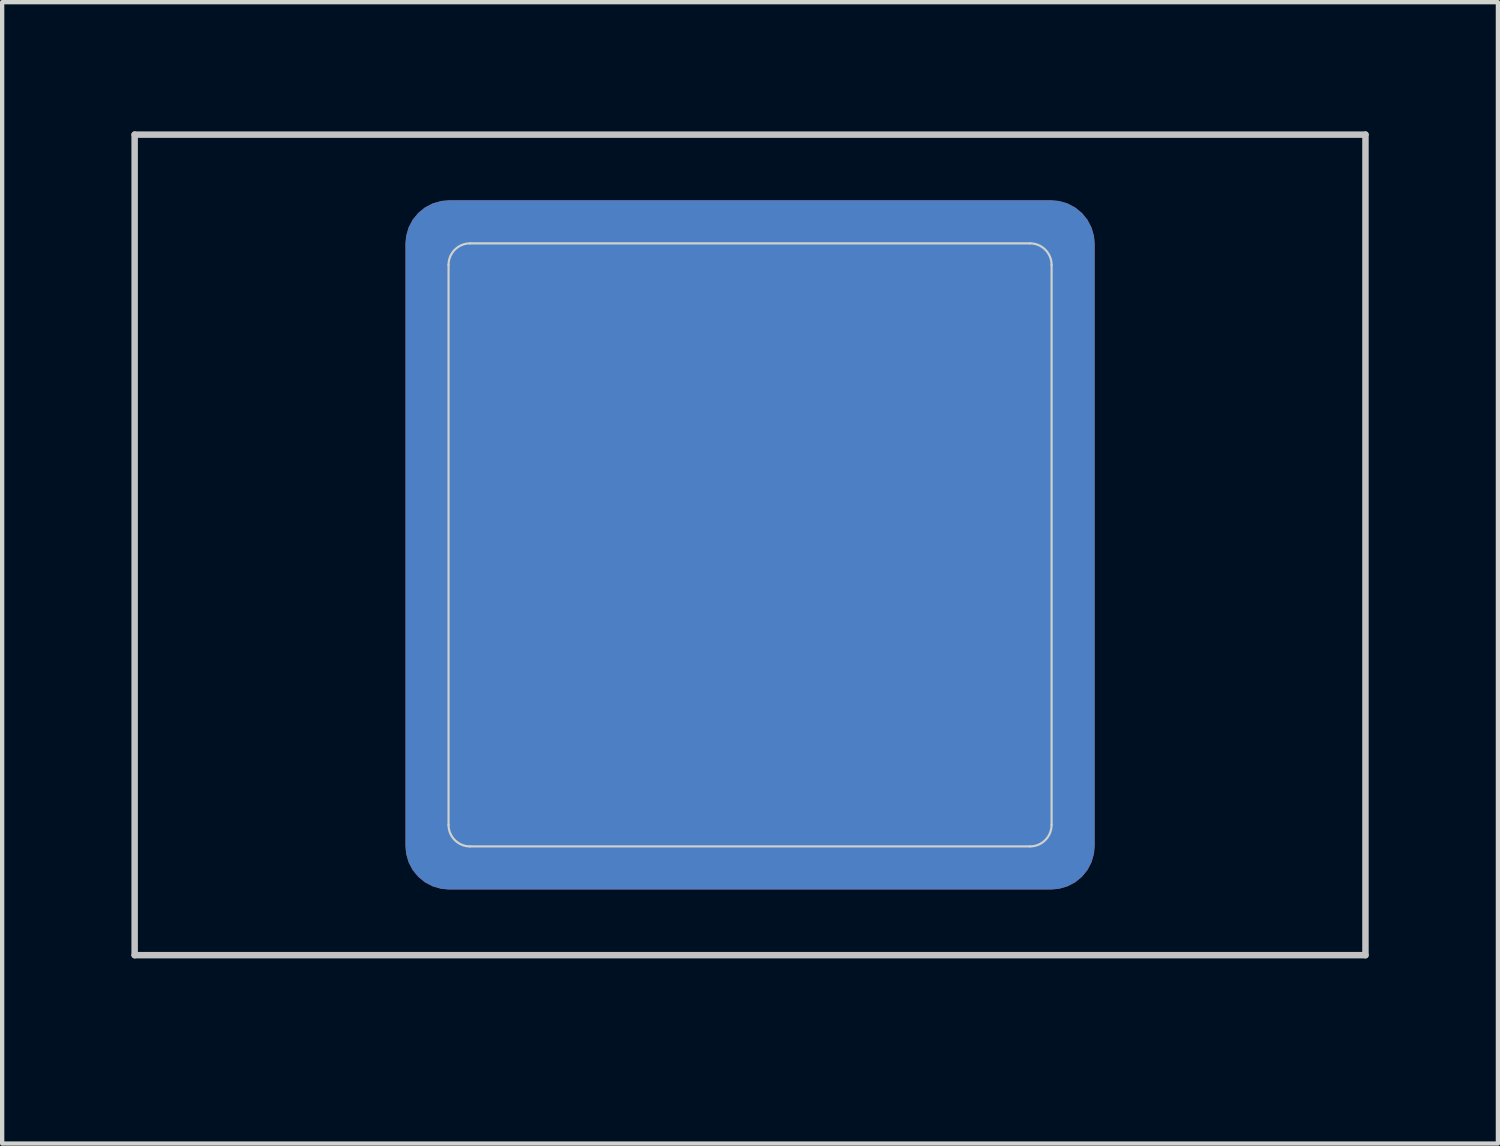
<source format=kicad_pcb>
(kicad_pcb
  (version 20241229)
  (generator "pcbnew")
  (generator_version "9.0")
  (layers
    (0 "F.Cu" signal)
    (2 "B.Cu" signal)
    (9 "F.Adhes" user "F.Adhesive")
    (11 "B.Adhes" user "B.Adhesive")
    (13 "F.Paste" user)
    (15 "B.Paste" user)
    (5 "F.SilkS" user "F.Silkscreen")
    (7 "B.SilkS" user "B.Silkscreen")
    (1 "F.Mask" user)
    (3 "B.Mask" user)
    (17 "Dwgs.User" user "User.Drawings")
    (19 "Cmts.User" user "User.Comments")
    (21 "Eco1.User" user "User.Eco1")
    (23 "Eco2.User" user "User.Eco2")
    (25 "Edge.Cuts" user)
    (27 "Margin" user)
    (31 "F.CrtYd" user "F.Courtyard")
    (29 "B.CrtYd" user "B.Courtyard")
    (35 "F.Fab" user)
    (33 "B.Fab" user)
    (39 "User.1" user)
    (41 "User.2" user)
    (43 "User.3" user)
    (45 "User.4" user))
  (footprint "MX_Cutout_1.5u"
    (layer "F.Cu")
    (at 14.363 9.6)
    (property "Reference" "MX_Cutout_1.5u" (at 0.25 10.05 0) (layer "Eco2.User") (effects (font (size 1 1) (thickness 0.15))))
    (attr through_hole)
    (fp_line (start -14.287 -9.525) (end 14.287 -9.525) (stroke (width 0.15) (type solid)) (layer "Dwgs.User"))
    (fp_line (start -14.287 9.525) (end -14.287 -9.525) (stroke (width 0.15) (type solid)) (layer "Dwgs.User"))
    (fp_line (start 14.287 -9.525) (end 14.287 9.525) (stroke (width 0.15) (type solid)) (layer "Dwgs.User"))
    (fp_line (start 14.287 9.525) (end -14.287 9.525) (stroke (width 0.15) (type solid)) (layer "Dwgs.User"))
    (fp_line (start -7 -6.5) (end -7 6.5) (stroke (width 0.05) (type solid)) (layer "Edge.Cuts"))
    (fp_line (start -6.5 7) (end 6.5 7) (stroke (width 0.05) (type solid)) (layer "Edge.Cuts"))
    (fp_line (start 6.5 -7) (end -6.5 -7) (stroke (width 0.05) (type solid)) (layer "Edge.Cuts"))
    (fp_line (start 7 6.5) (end 7 -6.5) (stroke (width 0.05) (type solid)) (layer "Edge.Cuts"))
    (fp_arc (start -7 -6.5) (mid -6.853553 -6.853553) (end -6.5 -7) (stroke (width 0.05) (type solid)) (layer "Edge.Cuts"))
    (fp_arc (start -6.5 7) (mid -6.853553 6.853553) (end -7 6.5) (stroke (width 0.05) (type solid)) (layer "Edge.Cuts"))
    (fp_arc (start 6.5 -7) (mid 6.853553 -6.853553) (end 7 -6.5) (stroke (width 0.05) (type solid)) (layer "Edge.Cuts"))
    (fp_arc (start 7 6.5) (mid 6.853553 6.853553) (end 6.5 7) (stroke (width 0.05) (type solid)) (layer "Edge.Cuts"))
    (pad "1" smd roundrect (at 0 0 180) (size 16 16) (layers "F.Cu" "F.Mask") (roundrect_rratio 0.063))
    (pad "1" smd roundrect (at 0 0 180) (size 16 16) (layers "B.Cu" "B.Mask") (roundrect_rratio 0.063)))
  (gr_rect
    (start -3 -3)
    (end 31.725 23.498)
    (stroke (width 0.1) (type default))
    (fill no)
    (layer "Edge.Cuts")))
</source>
